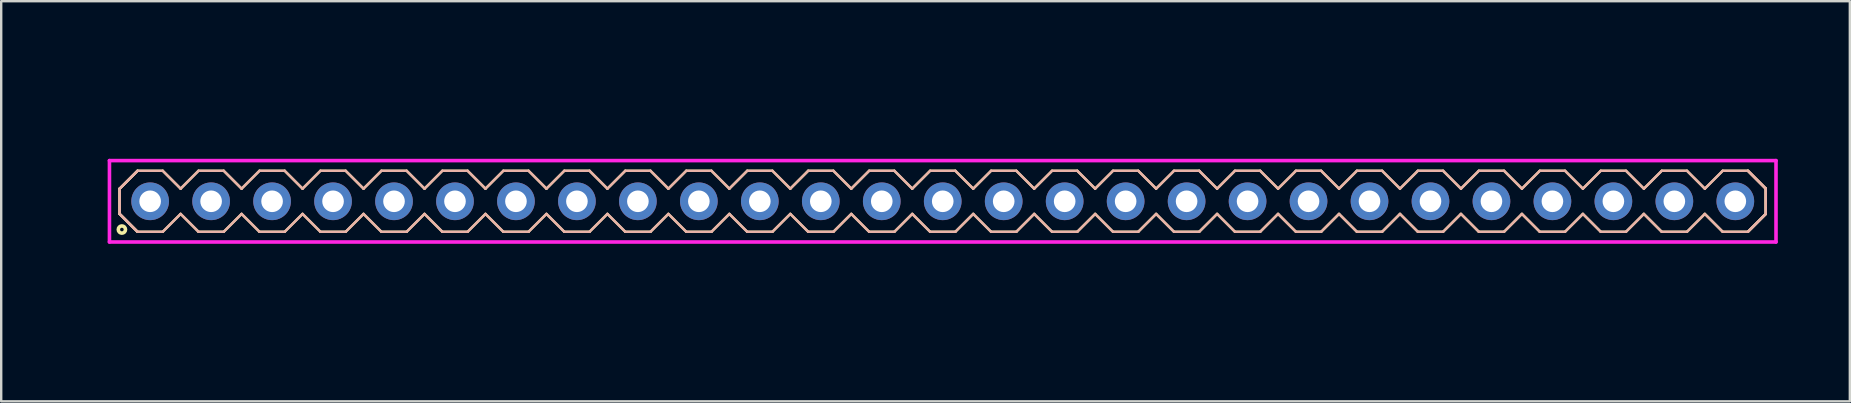
<source format=kicad_pcb>
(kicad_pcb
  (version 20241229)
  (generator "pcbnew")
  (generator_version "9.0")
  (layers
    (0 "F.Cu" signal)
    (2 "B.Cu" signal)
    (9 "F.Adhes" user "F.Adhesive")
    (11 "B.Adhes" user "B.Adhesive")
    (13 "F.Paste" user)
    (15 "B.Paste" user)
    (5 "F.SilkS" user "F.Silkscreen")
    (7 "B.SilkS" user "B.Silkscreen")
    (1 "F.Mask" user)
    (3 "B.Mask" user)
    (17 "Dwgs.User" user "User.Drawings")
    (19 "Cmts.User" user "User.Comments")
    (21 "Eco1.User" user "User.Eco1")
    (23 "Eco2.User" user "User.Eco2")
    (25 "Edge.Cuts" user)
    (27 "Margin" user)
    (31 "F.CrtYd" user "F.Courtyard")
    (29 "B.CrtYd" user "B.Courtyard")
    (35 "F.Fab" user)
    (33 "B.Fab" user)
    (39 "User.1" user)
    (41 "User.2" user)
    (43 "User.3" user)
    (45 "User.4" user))
  (footprint "HDR254P27x1"
    (layer "F.Cu")
    (at 36.225 5.336)
    (property "Reference" "HDR254P27x1" (at -35.465 0 90) (layer "User.1") (effects (font (size 1 1) (thickness 0.1))))
    (attr through_hole)
    (fp_line (start -34.29 -0.526) (end -33.546 -1.27) (stroke (width 0.1) (type solid)) (layer "F.SilkS"))
    (fp_line (start -34.29 -0.526) (end -33.546 -1.27) (stroke (width 0.1) (type solid)) (layer "F.SilkS"))
    (fp_line (start -34.29 0.526) (end -34.29 -0.526) (stroke (width 0.1) (type solid)) (layer "F.SilkS"))
    (fp_line (start -34.29 0.526) (end -34.29 -0.526) (stroke (width 0.1) (type solid)) (layer "F.SilkS"))
    (fp_line (start -33.546 -1.27) (end -32.494 -1.27) (stroke (width 0.1) (type solid)) (layer "F.SilkS"))
    (fp_line (start -33.546 1.27) (end -34.29 0.526) (stroke (width 0.1) (type solid)) (layer "F.SilkS"))
    (fp_line (start -33.546 1.27) (end -34.29 0.526) (stroke (width 0.1) (type solid)) (layer "F.SilkS"))
    (fp_line (start -32.494 -1.27) (end -31.75 -0.526) (stroke (width 0.1) (type solid)) (layer "F.SilkS"))
    (fp_line (start -32.494 1.27) (end -33.546 1.27) (stroke (width 0.1) (type solid)) (layer "F.SilkS"))
    (fp_line (start -31.75 -0.526) (end -31.006 -1.27) (stroke (width 0.1) (type solid)) (layer "F.SilkS"))
    (fp_line (start -31.75 0.526) (end -32.494 1.27) (stroke (width 0.1) (type solid)) (layer "F.SilkS"))
    (fp_line (start -31.006 -1.27) (end -29.954 -1.27) (stroke (width 0.1) (type solid)) (layer "F.SilkS"))
    (fp_line (start -31.006 1.27) (end -31.75 0.526) (stroke (width 0.1) (type solid)) (layer "F.SilkS"))
    (fp_line (start -29.954 -1.27) (end -29.21 -0.526) (stroke (width 0.1) (type solid)) (layer "F.SilkS"))
    (fp_line (start -29.954 1.27) (end -31.006 1.27) (stroke (width 0.1) (type solid)) (layer "F.SilkS"))
    (fp_line (start -29.21 -0.526) (end -28.466 -1.27) (stroke (width 0.1) (type solid)) (layer "F.SilkS"))
    (fp_line (start -29.21 0.526) (end -29.954 1.27) (stroke (width 0.1) (type solid)) (layer "F.SilkS"))
    (fp_line (start -28.466 -1.27) (end -27.414 -1.27) (stroke (width 0.1) (type solid)) (layer "F.SilkS"))
    (fp_line (start -28.466 1.27) (end -29.21 0.526) (stroke (width 0.1) (type solid)) (layer "F.SilkS"))
    (fp_line (start -27.414 -1.27) (end -26.67 -0.526) (stroke (width 0.1) (type solid)) (layer "F.SilkS"))
    (fp_line (start -27.414 1.27) (end -28.466 1.27) (stroke (width 0.1) (type solid)) (layer "F.SilkS"))
    (fp_line (start -26.67 -0.526) (end -25.926 -1.27) (stroke (width 0.1) (type solid)) (layer "F.SilkS"))
    (fp_line (start -26.67 0.526) (end -27.414 1.27) (stroke (width 0.1) (type solid)) (layer "F.SilkS"))
    (fp_line (start -25.926 -1.27) (end -24.874 -1.27) (stroke (width 0.1) (type solid)) (layer "F.SilkS"))
    (fp_line (start -25.926 1.27) (end -26.67 0.526) (stroke (width 0.1) (type solid)) (layer "F.SilkS"))
    (fp_line (start -24.874 -1.27) (end -24.13 -0.526) (stroke (width 0.1) (type solid)) (layer "F.SilkS"))
    (fp_line (start -24.874 1.27) (end -25.926 1.27) (stroke (width 0.1) (type solid)) (layer "F.SilkS"))
    (fp_line (start -24.13 -0.526) (end -23.386 -1.27) (stroke (width 0.1) (type solid)) (layer "F.SilkS"))
    (fp_line (start -24.13 0.526) (end -24.874 1.27) (stroke (width 0.1) (type solid)) (layer "F.SilkS"))
    (fp_line (start -23.386 -1.27) (end -22.334 -1.27) (stroke (width 0.1) (type solid)) (layer "F.SilkS"))
    (fp_line (start -23.386 1.27) (end -24.13 0.526) (stroke (width 0.1) (type solid)) (layer "F.SilkS"))
    (fp_line (start -22.334 -1.27) (end -21.59 -0.526) (stroke (width 0.1) (type solid)) (layer "F.SilkS"))
    (fp_line (start -22.334 1.27) (end -23.386 1.27) (stroke (width 0.1) (type solid)) (layer "F.SilkS"))
    (fp_line (start -21.59 -0.526) (end -20.846 -1.27) (stroke (width 0.1) (type solid)) (layer "F.SilkS"))
    (fp_line (start -21.59 0.526) (end -22.334 1.27) (stroke (width 0.1) (type solid)) (layer "F.SilkS"))
    (fp_line (start -20.846 -1.27) (end -19.794 -1.27) (stroke (width 0.1) (type solid)) (layer "F.SilkS"))
    (fp_line (start -20.846 1.27) (end -21.59 0.526) (stroke (width 0.1) (type solid)) (layer "F.SilkS"))
    (fp_line (start -19.794 -1.27) (end -19.05 -0.526) (stroke (width 0.1) (type solid)) (layer "F.SilkS"))
    (fp_line (start -19.794 1.27) (end -20.846 1.27) (stroke (width 0.1) (type solid)) (layer "F.SilkS"))
    (fp_line (start -19.05 -0.526) (end -18.306 -1.27) (stroke (width 0.1) (type solid)) (layer "F.SilkS"))
    (fp_line (start -19.05 0.526) (end -19.794 1.27) (stroke (width 0.1) (type solid)) (layer "F.SilkS"))
    (fp_line (start -18.306 -1.27) (end -17.254 -1.27) (stroke (width 0.1) (type solid)) (layer "F.SilkS"))
    (fp_line (start -18.306 1.27) (end -19.05 0.526) (stroke (width 0.1) (type solid)) (layer "F.SilkS"))
    (fp_line (start -17.254 -1.27) (end -16.51 -0.526) (stroke (width 0.1) (type solid)) (layer "F.SilkS"))
    (fp_line (start -17.254 1.27) (end -18.306 1.27) (stroke (width 0.1) (type solid)) (layer "F.SilkS"))
    (fp_line (start -16.51 -0.526) (end -15.766 -1.27) (stroke (width 0.1) (type solid)) (layer "F.SilkS"))
    (fp_line (start -16.51 0.526) (end -17.254 1.27) (stroke (width 0.1) (type solid)) (layer "F.SilkS"))
    (fp_line (start -15.766 -1.27) (end -14.714 -1.27) (stroke (width 0.1) (type solid)) (layer "F.SilkS"))
    (fp_line (start -15.766 1.27) (end -16.51 0.526) (stroke (width 0.1) (type solid)) (layer "F.SilkS"))
    (fp_line (start -14.714 -1.27) (end -13.97 -0.526) (stroke (width 0.1) (type solid)) (layer "F.SilkS"))
    (fp_line (start -14.714 1.27) (end -15.766 1.27) (stroke (width 0.1) (type solid)) (layer "F.SilkS"))
    (fp_line (start -13.97 -0.526) (end -13.226 -1.27) (stroke (width 0.1) (type solid)) (layer "F.SilkS"))
    (fp_line (start -13.97 0.526) (end -14.714 1.27) (stroke (width 0.1) (type solid)) (layer "F.SilkS"))
    (fp_line (start -13.226 -1.27) (end -12.174 -1.27) (stroke (width 0.1) (type solid)) (layer "F.SilkS"))
    (fp_line (start -13.226 1.27) (end -13.97 0.526) (stroke (width 0.1) (type solid)) (layer "F.SilkS"))
    (fp_line (start -12.174 -1.27) (end -11.43 -0.526) (stroke (width 0.1) (type solid)) (layer "F.SilkS"))
    (fp_line (start -12.174 1.27) (end -13.226 1.27) (stroke (width 0.1) (type solid)) (layer "F.SilkS"))
    (fp_line (start -11.43 -0.526) (end -10.686 -1.27) (stroke (width 0.1) (type solid)) (layer "F.SilkS"))
    (fp_line (start -11.43 0.526) (end -12.174 1.27) (stroke (width 0.1) (type solid)) (layer "F.SilkS"))
    (fp_line (start -10.686 -1.27) (end -9.634 -1.27) (stroke (width 0.1) (type solid)) (layer "F.SilkS"))
    (fp_line (start -10.686 1.27) (end -11.43 0.526) (stroke (width 0.1) (type solid)) (layer "F.SilkS"))
    (fp_line (start -9.634 -1.27) (end -8.89 -0.526) (stroke (width 0.1) (type solid)) (layer "F.SilkS"))
    (fp_line (start -9.634 1.27) (end -10.686 1.27) (stroke (width 0.1) (type solid)) (layer "F.SilkS"))
    (fp_line (start -8.89 -0.526) (end -8.146 -1.27) (stroke (width 0.1) (type solid)) (layer "F.SilkS"))
    (fp_line (start -8.89 0.526) (end -9.634 1.27) (stroke (width 0.1) (type solid)) (layer "F.SilkS"))
    (fp_line (start -8.146 -1.27) (end -7.094 -1.27) (stroke (width 0.1) (type solid)) (layer "F.SilkS"))
    (fp_line (start -8.146 1.27) (end -8.89 0.526) (stroke (width 0.1) (type solid)) (layer "F.SilkS"))
    (fp_line (start -7.094 -1.27) (end -6.35 -0.526) (stroke (width 0.1) (type solid)) (layer "F.SilkS"))
    (fp_line (start -7.094 1.27) (end -8.146 1.27) (stroke (width 0.1) (type solid)) (layer "F.SilkS"))
    (fp_line (start -6.35 -0.526) (end -5.606 -1.27) (stroke (width 0.1) (type solid)) (layer "F.SilkS"))
    (fp_line (start -6.35 0.526) (end -7.094 1.27) (stroke (width 0.1) (type solid)) (layer "F.SilkS"))
    (fp_line (start -5.606 -1.27) (end -4.554 -1.27) (stroke (width 0.1) (type solid)) (layer "F.SilkS"))
    (fp_line (start -5.606 1.27) (end -6.35 0.526) (stroke (width 0.1) (type solid)) (layer "F.SilkS"))
    (fp_line (start -4.554 -1.27) (end -3.81 -0.526) (stroke (width 0.1) (type solid)) (layer "F.SilkS"))
    (fp_line (start -4.554 1.27) (end -5.606 1.27) (stroke (width 0.1) (type solid)) (layer "F.SilkS"))
    (fp_line (start -3.81 -0.526) (end -3.066 -1.27) (stroke (width 0.1) (type solid)) (layer "F.SilkS"))
    (fp_line (start -3.81 0.526) (end -4.554 1.27) (stroke (width 0.1) (type solid)) (layer "F.SilkS"))
    (fp_line (start -3.066 -1.27) (end -2.014 -1.27) (stroke (width 0.1) (type solid)) (layer "F.SilkS"))
    (fp_line (start -3.066 1.27) (end -3.81 0.526) (stroke (width 0.1) (type solid)) (layer "F.SilkS"))
    (fp_line (start -2.014 -1.27) (end -1.27 -0.526) (stroke (width 0.1) (type solid)) (layer "F.SilkS"))
    (fp_line (start -2.014 1.27) (end -3.066 1.27) (stroke (width 0.1) (type solid)) (layer "F.SilkS"))
    (fp_line (start -1.27 -0.526) (end -0.526 -1.27) (stroke (width 0.1) (type solid)) (layer "F.SilkS"))
    (fp_line (start -1.27 0.526) (end -2.014 1.27) (stroke (width 0.1) (type solid)) (layer "F.SilkS"))
    (fp_line (start -0.526 -1.27) (end 0.526 -1.27) (stroke (width 0.1) (type solid)) (layer "F.SilkS"))
    (fp_line (start -0.526 1.27) (end -1.27 0.526) (stroke (width 0.1) (type solid)) (layer "F.SilkS"))
    (fp_line (start 0.526 -1.27) (end 1.27 -0.526) (stroke (width 0.1) (type solid)) (layer "F.SilkS"))
    (fp_line (start 0.526 1.27) (end -0.526 1.27) (stroke (width 0.1) (type solid)) (layer "F.SilkS"))
    (fp_line (start 1.27 -0.526) (end 2.014 -1.27) (stroke (width 0.1) (type solid)) (layer "F.SilkS"))
    (fp_line (start 1.27 0.526) (end 0.526 1.27) (stroke (width 0.1) (type solid)) (layer "F.SilkS"))
    (fp_line (start 2.014 -1.27) (end 3.066 -1.27) (stroke (width 0.1) (type solid)) (layer "F.SilkS"))
    (fp_line (start 2.014 1.27) (end 1.27 0.526) (stroke (width 0.1) (type solid)) (layer "F.SilkS"))
    (fp_line (start 3.066 -1.27) (end 3.81 -0.526) (stroke (width 0.1) (type solid)) (layer "F.SilkS"))
    (fp_line (start 3.066 1.27) (end 2.014 1.27) (stroke (width 0.1) (type solid)) (layer "F.SilkS"))
    (fp_line (start 3.81 -0.526) (end 4.554 -1.27) (stroke (width 0.1) (type solid)) (layer "F.SilkS"))
    (fp_line (start 3.81 0.526) (end 3.066 1.27) (stroke (width 0.1) (type solid)) (layer "F.SilkS"))
    (fp_line (start 4.554 -1.27) (end 5.606 -1.27) (stroke (width 0.1) (type solid)) (layer "F.SilkS"))
    (fp_line (start 4.554 1.27) (end 3.81 0.526) (stroke (width 0.1) (type solid)) (layer "F.SilkS"))
    (fp_line (start 5.606 -1.27) (end 6.35 -0.526) (stroke (width 0.1) (type solid)) (layer "F.SilkS"))
    (fp_line (start 5.606 1.27) (end 4.554 1.27) (stroke (width 0.1) (type solid)) (layer "F.SilkS"))
    (fp_line (start 6.35 -0.526) (end 7.094 -1.27) (stroke (width 0.1) (type solid)) (layer "F.SilkS"))
    (fp_line (start 6.35 0.526) (end 5.606 1.27) (stroke (width 0.1) (type solid)) (layer "F.SilkS"))
    (fp_line (start 7.094 -1.27) (end 8.146 -1.27) (stroke (width 0.1) (type solid)) (layer "F.SilkS"))
    (fp_line (start 7.094 1.27) (end 6.35 0.526) (stroke (width 0.1) (type solid)) (layer "F.SilkS"))
    (fp_line (start 8.146 -1.27) (end 8.89 -0.526) (stroke (width 0.1) (type solid)) (layer "F.SilkS"))
    (fp_line (start 8.146 1.27) (end 7.094 1.27) (stroke (width 0.1) (type solid)) (layer "F.SilkS"))
    (fp_line (start 8.89 -0.526) (end 9.634 -1.27) (stroke (width 0.1) (type solid)) (layer "F.SilkS"))
    (fp_line (start 8.89 0.526) (end 8.146 1.27) (stroke (width 0.1) (type solid)) (layer "F.SilkS"))
    (fp_line (start 9.634 -1.27) (end 10.686 -1.27) (stroke (width 0.1) (type solid)) (layer "F.SilkS"))
    (fp_line (start 9.634 1.27) (end 8.89 0.526) (stroke (width 0.1) (type solid)) (layer "F.SilkS"))
    (fp_line (start 10.686 -1.27) (end 11.43 -0.526) (stroke (width 0.1) (type solid)) (layer "F.SilkS"))
    (fp_line (start 10.686 1.27) (end 9.634 1.27) (stroke (width 0.1) (type solid)) (layer "F.SilkS"))
    (fp_line (start 11.43 -0.526) (end 12.174 -1.27) (stroke (width 0.1) (type solid)) (layer "F.SilkS"))
    (fp_line (start 11.43 0.526) (end 10.686 1.27) (stroke (width 0.1) (type solid)) (layer "F.SilkS"))
    (fp_line (start 12.174 -1.27) (end 13.226 -1.27) (stroke (width 0.1) (type solid)) (layer "F.SilkS"))
    (fp_line (start 12.174 1.27) (end 11.43 0.526) (stroke (width 0.1) (type solid)) (layer "F.SilkS"))
    (fp_line (start 13.226 -1.27) (end 13.97 -0.526) (stroke (width 0.1) (type solid)) (layer "F.SilkS"))
    (fp_line (start 13.226 1.27) (end 12.174 1.27) (stroke (width 0.1) (type solid)) (layer "F.SilkS"))
    (fp_line (start 13.97 -0.526) (end 14.714 -1.27) (stroke (width 0.1) (type solid)) (layer "F.SilkS"))
    (fp_line (start 13.97 0.526) (end 13.226 1.27) (stroke (width 0.1) (type solid)) (layer "F.SilkS"))
    (fp_line (start 14.714 -1.27) (end 15.766 -1.27) (stroke (width 0.1) (type solid)) (layer "F.SilkS"))
    (fp_line (start 14.714 1.27) (end 13.97 0.526) (stroke (width 0.1) (type solid)) (layer "F.SilkS"))
    (fp_line (start 15.766 -1.27) (end 16.51 -0.526) (stroke (width 0.1) (type solid)) (layer "F.SilkS"))
    (fp_line (start 15.766 1.27) (end 14.714 1.27) (stroke (width 0.1) (type solid)) (layer "F.SilkS"))
    (fp_line (start 16.51 -0.526) (end 17.254 -1.27) (stroke (width 0.1) (type solid)) (layer "F.SilkS"))
    (fp_line (start 16.51 0.526) (end 15.766 1.27) (stroke (width 0.1) (type solid)) (layer "F.SilkS"))
    (fp_line (start 17.254 -1.27) (end 18.306 -1.27) (stroke (width 0.1) (type solid)) (layer "F.SilkS"))
    (fp_line (start 17.254 1.27) (end 16.51 0.526) (stroke (width 0.1) (type solid)) (layer "F.SilkS"))
    (fp_line (start 18.306 -1.27) (end 19.05 -0.526) (stroke (width 0.1) (type solid)) (layer "F.SilkS"))
    (fp_line (start 18.306 1.27) (end 17.254 1.27) (stroke (width 0.1) (type solid)) (layer "F.SilkS"))
    (fp_line (start 19.05 -0.526) (end 19.794 -1.27) (stroke (width 0.1) (type solid)) (layer "F.SilkS"))
    (fp_line (start 19.05 0.526) (end 18.306 1.27) (stroke (width 0.1) (type solid)) (layer "F.SilkS"))
    (fp_line (start 19.794 -1.27) (end 20.846 -1.27) (stroke (width 0.1) (type solid)) (layer "F.SilkS"))
    (fp_line (start 19.794 1.27) (end 19.05 0.526) (stroke (width 0.1) (type solid)) (layer "F.SilkS"))
    (fp_line (start 20.846 -1.27) (end 21.59 -0.526) (stroke (width 0.1) (type solid)) (layer "F.SilkS"))
    (fp_line (start 20.846 1.27) (end 19.794 1.27) (stroke (width 0.1) (type solid)) (layer "F.SilkS"))
    (fp_line (start 21.59 -0.526) (end 22.334 -1.27) (stroke (width 0.1) (type solid)) (layer "F.SilkS"))
    (fp_line (start 21.59 0.526) (end 20.846 1.27) (stroke (width 0.1) (type solid)) (layer "F.SilkS"))
    (fp_line (start 22.334 -1.27) (end 23.386 -1.27) (stroke (width 0.1) (type solid)) (layer "F.SilkS"))
    (fp_line (start 22.334 1.27) (end 21.59 0.526) (stroke (width 0.1) (type solid)) (layer "F.SilkS"))
    (fp_line (start 23.386 -1.27) (end 24.13 -0.526) (stroke (width 0.1) (type solid)) (layer "F.SilkS"))
    (fp_line (start 23.386 1.27) (end 22.334 1.27) (stroke (width 0.1) (type solid)) (layer "F.SilkS"))
    (fp_line (start 24.13 -0.526) (end 24.874 -1.27) (stroke (width 0.1) (type solid)) (layer "F.SilkS"))
    (fp_line (start 24.13 0.526) (end 23.386 1.27) (stroke (width 0.1) (type solid)) (layer "F.SilkS"))
    (fp_line (start 24.874 -1.27) (end 25.926 -1.27) (stroke (width 0.1) (type solid)) (layer "F.SilkS"))
    (fp_line (start 24.874 1.27) (end 24.13 0.526) (stroke (width 0.1) (type solid)) (layer "F.SilkS"))
    (fp_line (start 25.926 -1.27) (end 26.67 -0.526) (stroke (width 0.1) (type solid)) (layer "F.SilkS"))
    (fp_line (start 25.926 1.27) (end 24.874 1.27) (stroke (width 0.1) (type solid)) (layer "F.SilkS"))
    (fp_line (start 26.67 -0.526) (end 27.414 -1.27) (stroke (width 0.1) (type solid)) (layer "F.SilkS"))
    (fp_line (start 26.67 0.526) (end 25.926 1.27) (stroke (width 0.1) (type solid)) (layer "F.SilkS"))
    (fp_line (start 27.414 -1.27) (end 28.466 -1.27) (stroke (width 0.1) (type solid)) (layer "F.SilkS"))
    (fp_line (start 27.414 1.27) (end 26.67 0.526) (stroke (width 0.1) (type solid)) (layer "F.SilkS"))
    (fp_line (start 28.466 -1.27) (end 29.21 -0.526) (stroke (width 0.1) (type solid)) (layer "F.SilkS"))
    (fp_line (start 28.466 1.27) (end 27.414 1.27) (stroke (width 0.1) (type solid)) (layer "F.SilkS"))
    (fp_line (start 29.21 -0.526) (end 29.954 -1.27) (stroke (width 0.1) (type solid)) (layer "F.SilkS"))
    (fp_line (start 29.21 0.526) (end 28.466 1.27) (stroke (width 0.1) (type solid)) (layer "F.SilkS"))
    (fp_line (start 29.954 -1.27) (end 31.006 -1.27) (stroke (width 0.1) (type solid)) (layer "F.SilkS"))
    (fp_line (start 29.954 1.27) (end 29.21 0.526) (stroke (width 0.1) (type solid)) (layer "F.SilkS"))
    (fp_line (start 31.006 -1.27) (end 31.75 -0.526) (stroke (width 0.1) (type solid)) (layer "F.SilkS"))
    (fp_line (start 31.006 1.27) (end 29.954 1.27) (stroke (width 0.1) (type solid)) (layer "F.SilkS"))
    (fp_line (start 31.75 -0.526) (end 32.494 -1.27) (stroke (width 0.1) (type solid)) (layer "F.SilkS"))
    (fp_line (start 31.75 0.526) (end 31.006 1.27) (stroke (width 0.1) (type solid)) (layer "F.SilkS"))
    (fp_line (start 32.494 -1.27) (end 33.546 -1.27) (stroke (width 0.1) (type solid)) (layer "F.SilkS"))
    (fp_line (start 32.494 1.27) (end 31.75 0.526) (stroke (width 0.1) (type solid)) (layer "F.SilkS"))
    (fp_line (start 33.546 -1.27) (end 34.29 -0.526) (stroke (width 0.1) (type solid)) (layer "F.SilkS"))
    (fp_line (start 33.546 -1.27) (end 34.29 -0.526) (stroke (width 0.1) (type solid)) (layer "F.SilkS"))
    (fp_line (start 33.546 1.27) (end 32.494 1.27) (stroke (width 0.1) (type solid)) (layer "F.SilkS"))
    (fp_line (start 34.29 -0.526) (end 34.29 0.526) (stroke (width 0.1) (type solid)) (layer "F.SilkS"))
    (fp_line (start 34.29 -0.526) (end 34.29 0.526) (stroke (width 0.1) (type solid)) (layer "F.SilkS"))
    (fp_line (start 34.29 0.526) (end 33.546 1.27) (stroke (width 0.1) (type solid)) (layer "F.SilkS"))
    (fp_line (start 34.29 0.526) (end 33.546 1.27) (stroke (width 0.1) (type solid)) (layer "F.SilkS"))
    (fp_circle (center -34.197 1.177) (end -34.047 1.177) (stroke (width 0.15) (type solid)) (fill no) (layer "F.SilkS"))
    (fp_line (start -34.29 -0.526) (end -33.546 -1.27) (stroke (width 0.1) (type solid)) (layer "B.SilkS"))
    (fp_line (start -34.29 -0.526) (end -33.546 -1.27) (stroke (width 0.1) (type solid)) (layer "B.SilkS"))
    (fp_line (start -34.29 0.526) (end -34.29 -0.526) (stroke (width 0.1) (type solid)) (layer "B.SilkS"))
    (fp_line (start -34.29 0.526) (end -34.29 -0.526) (stroke (width 0.1) (type solid)) (layer "B.SilkS"))
    (fp_line (start -33.546 -1.27) (end -32.494 -1.27) (stroke (width 0.1) (type solid)) (layer "B.SilkS"))
    (fp_line (start -33.546 1.27) (end -34.29 0.526) (stroke (width 0.1) (type solid)) (layer "B.SilkS"))
    (fp_line (start -33.546 1.27) (end -34.29 0.526) (stroke (width 0.1) (type solid)) (layer "B.SilkS"))
    (fp_line (start -32.494 -1.27) (end -31.75 -0.526) (stroke (width 0.1) (type solid)) (layer "B.SilkS"))
    (fp_line (start -32.494 1.27) (end -33.546 1.27) (stroke (width 0.1) (type solid)) (layer "B.SilkS"))
    (fp_line (start -31.75 -0.526) (end -31.006 -1.27) (stroke (width 0.1) (type solid)) (layer "B.SilkS"))
    (fp_line (start -31.75 0.526) (end -32.494 1.27) (stroke (width 0.1) (type solid)) (layer "B.SilkS"))
    (fp_line (start -31.006 -1.27) (end -29.954 -1.27) (stroke (width 0.1) (type solid)) (layer "B.SilkS"))
    (fp_line (start -31.006 1.27) (end -31.75 0.526) (stroke (width 0.1) (type solid)) (layer "B.SilkS"))
    (fp_line (start -29.954 -1.27) (end -29.21 -0.526) (stroke (width 0.1) (type solid)) (layer "B.SilkS"))
    (fp_line (start -29.954 1.27) (end -31.006 1.27) (stroke (width 0.1) (type solid)) (layer "B.SilkS"))
    (fp_line (start -29.21 -0.526) (end -28.466 -1.27) (stroke (width 0.1) (type solid)) (layer "B.SilkS"))
    (fp_line (start -29.21 0.526) (end -29.954 1.27) (stroke (width 0.1) (type solid)) (layer "B.SilkS"))
    (fp_line (start -28.466 -1.27) (end -27.414 -1.27) (stroke (width 0.1) (type solid)) (layer "B.SilkS"))
    (fp_line (start -28.466 1.27) (end -29.21 0.526) (stroke (width 0.1) (type solid)) (layer "B.SilkS"))
    (fp_line (start -27.414 -1.27) (end -26.67 -0.526) (stroke (width 0.1) (type solid)) (layer "B.SilkS"))
    (fp_line (start -27.414 1.27) (end -28.466 1.27) (stroke (width 0.1) (type solid)) (layer "B.SilkS"))
    (fp_line (start -26.67 -0.526) (end -25.926 -1.27) (stroke (width 0.1) (type solid)) (layer "B.SilkS"))
    (fp_line (start -26.67 0.526) (end -27.414 1.27) (stroke (width 0.1) (type solid)) (layer "B.SilkS"))
    (fp_line (start -25.926 -1.27) (end -24.874 -1.27) (stroke (width 0.1) (type solid)) (layer "B.SilkS"))
    (fp_line (start -25.926 1.27) (end -26.67 0.526) (stroke (width 0.1) (type solid)) (layer "B.SilkS"))
    (fp_line (start -24.874 -1.27) (end -24.13 -0.526) (stroke (width 0.1) (type solid)) (layer "B.SilkS"))
    (fp_line (start -24.874 1.27) (end -25.926 1.27) (stroke (width 0.1) (type solid)) (layer "B.SilkS"))
    (fp_line (start -24.13 -0.526) (end -23.386 -1.27) (stroke (width 0.1) (type solid)) (layer "B.SilkS"))
    (fp_line (start -24.13 0.526) (end -24.874 1.27) (stroke (width 0.1) (type solid)) (layer "B.SilkS"))
    (fp_line (start -23.386 -1.27) (end -22.334 -1.27) (stroke (width 0.1) (type solid)) (layer "B.SilkS"))
    (fp_line (start -23.386 1.27) (end -24.13 0.526) (stroke (width 0.1) (type solid)) (layer "B.SilkS"))
    (fp_line (start -22.334 -1.27) (end -21.59 -0.526) (stroke (width 0.1) (type solid)) (layer "B.SilkS"))
    (fp_line (start -22.334 1.27) (end -23.386 1.27) (stroke (width 0.1) (type solid)) (layer "B.SilkS"))
    (fp_line (start -21.59 -0.526) (end -20.846 -1.27) (stroke (width 0.1) (type solid)) (layer "B.SilkS"))
    (fp_line (start -21.59 0.526) (end -22.334 1.27) (stroke (width 0.1) (type solid)) (layer "B.SilkS"))
    (fp_line (start -20.846 -1.27) (end -19.794 -1.27) (stroke (width 0.1) (type solid)) (layer "B.SilkS"))
    (fp_line (start -20.846 1.27) (end -21.59 0.526) (stroke (width 0.1) (type solid)) (layer "B.SilkS"))
    (fp_line (start -19.794 -1.27) (end -19.05 -0.526) (stroke (width 0.1) (type solid)) (layer "B.SilkS"))
    (fp_line (start -19.794 1.27) (end -20.846 1.27) (stroke (width 0.1) (type solid)) (layer "B.SilkS"))
    (fp_line (start -19.05 -0.526) (end -18.306 -1.27) (stroke (width 0.1) (type solid)) (layer "B.SilkS"))
    (fp_line (start -19.05 0.526) (end -19.794 1.27) (stroke (width 0.1) (type solid)) (layer "B.SilkS"))
    (fp_line (start -18.306 -1.27) (end -17.254 -1.27) (stroke (width 0.1) (type solid)) (layer "B.SilkS"))
    (fp_line (start -18.306 1.27) (end -19.05 0.526) (stroke (width 0.1) (type solid)) (layer "B.SilkS"))
    (fp_line (start -17.254 -1.27) (end -16.51 -0.526) (stroke (width 0.1) (type solid)) (layer "B.SilkS"))
    (fp_line (start -17.254 1.27) (end -18.306 1.27) (stroke (width 0.1) (type solid)) (layer "B.SilkS"))
    (fp_line (start -16.51 -0.526) (end -15.766 -1.27) (stroke (width 0.1) (type solid)) (layer "B.SilkS"))
    (fp_line (start -16.51 0.526) (end -17.254 1.27) (stroke (width 0.1) (type solid)) (layer "B.SilkS"))
    (fp_line (start -15.766 -1.27) (end -14.714 -1.27) (stroke (width 0.1) (type solid)) (layer "B.SilkS"))
    (fp_line (start -15.766 1.27) (end -16.51 0.526) (stroke (width 0.1) (type solid)) (layer "B.SilkS"))
    (fp_line (start -14.714 -1.27) (end -13.97 -0.526) (stroke (width 0.1) (type solid)) (layer "B.SilkS"))
    (fp_line (start -14.714 1.27) (end -15.766 1.27) (stroke (width 0.1) (type solid)) (layer "B.SilkS"))
    (fp_line (start -13.97 -0.526) (end -13.226 -1.27) (stroke (width 0.1) (type solid)) (layer "B.SilkS"))
    (fp_line (start -13.97 0.526) (end -14.714 1.27) (stroke (width 0.1) (type solid)) (layer "B.SilkS"))
    (fp_line (start -13.226 -1.27) (end -12.174 -1.27) (stroke (width 0.1) (type solid)) (layer "B.SilkS"))
    (fp_line (start -13.226 1.27) (end -13.97 0.526) (stroke (width 0.1) (type solid)) (layer "B.SilkS"))
    (fp_line (start -12.174 -1.27) (end -11.43 -0.526) (stroke (width 0.1) (type solid)) (layer "B.SilkS"))
    (fp_line (start -12.174 1.27) (end -13.226 1.27) (stroke (width 0.1) (type solid)) (layer "B.SilkS"))
    (fp_line (start -11.43 -0.526) (end -10.686 -1.27) (stroke (width 0.1) (type solid)) (layer "B.SilkS"))
    (fp_line (start -11.43 0.526) (end -12.174 1.27) (stroke (width 0.1) (type solid)) (layer "B.SilkS"))
    (fp_line (start -10.686 -1.27) (end -9.634 -1.27) (stroke (width 0.1) (type solid)) (layer "B.SilkS"))
    (fp_line (start -10.686 1.27) (end -11.43 0.526) (stroke (width 0.1) (type solid)) (layer "B.SilkS"))
    (fp_line (start -9.634 -1.27) (end -8.89 -0.526) (stroke (width 0.1) (type solid)) (layer "B.SilkS"))
    (fp_line (start -9.634 1.27) (end -10.686 1.27) (stroke (width 0.1) (type solid)) (layer "B.SilkS"))
    (fp_line (start -8.89 -0.526) (end -8.146 -1.27) (stroke (width 0.1) (type solid)) (layer "B.SilkS"))
    (fp_line (start -8.89 0.526) (end -9.634 1.27) (stroke (width 0.1) (type solid)) (layer "B.SilkS"))
    (fp_line (start -8.146 -1.27) (end -7.094 -1.27) (stroke (width 0.1) (type solid)) (layer "B.SilkS"))
    (fp_line (start -8.146 1.27) (end -8.89 0.526) (stroke (width 0.1) (type solid)) (layer "B.SilkS"))
    (fp_line (start -7.094 -1.27) (end -6.35 -0.526) (stroke (width 0.1) (type solid)) (layer "B.SilkS"))
    (fp_line (start -7.094 1.27) (end -8.146 1.27) (stroke (width 0.1) (type solid)) (layer "B.SilkS"))
    (fp_line (start -6.35 -0.526) (end -5.606 -1.27) (stroke (width 0.1) (type solid)) (layer "B.SilkS"))
    (fp_line (start -6.35 0.526) (end -7.094 1.27) (stroke (width 0.1) (type solid)) (layer "B.SilkS"))
    (fp_line (start -5.606 -1.27) (end -4.554 -1.27) (stroke (width 0.1) (type solid)) (layer "B.SilkS"))
    (fp_line (start -5.606 1.27) (end -6.35 0.526) (stroke (width 0.1) (type solid)) (layer "B.SilkS"))
    (fp_line (start -4.554 -1.27) (end -3.81 -0.526) (stroke (width 0.1) (type solid)) (layer "B.SilkS"))
    (fp_line (start -4.554 1.27) (end -5.606 1.27) (stroke (width 0.1) (type solid)) (layer "B.SilkS"))
    (fp_line (start -3.81 -0.526) (end -3.066 -1.27) (stroke (width 0.1) (type solid)) (layer "B.SilkS"))
    (fp_line (start -3.81 0.526) (end -4.554 1.27) (stroke (width 0.1) (type solid)) (layer "B.SilkS"))
    (fp_line (start -3.066 -1.27) (end -2.014 -1.27) (stroke (width 0.1) (type solid)) (layer "B.SilkS"))
    (fp_line (start -3.066 1.27) (end -3.81 0.526) (stroke (width 0.1) (type solid)) (layer "B.SilkS"))
    (fp_line (start -2.014 -1.27) (end -1.27 -0.526) (stroke (width 0.1) (type solid)) (layer "B.SilkS"))
    (fp_line (start -2.014 1.27) (end -3.066 1.27) (stroke (width 0.1) (type solid)) (layer "B.SilkS"))
    (fp_line (start -1.27 -0.526) (end -0.526 -1.27) (stroke (width 0.1) (type solid)) (layer "B.SilkS"))
    (fp_line (start -1.27 0.526) (end -2.014 1.27) (stroke (width 0.1) (type solid)) (layer "B.SilkS"))
    (fp_line (start -0.526 -1.27) (end 0.526 -1.27) (stroke (width 0.1) (type solid)) (layer "B.SilkS"))
    (fp_line (start -0.526 1.27) (end -1.27 0.526) (stroke (width 0.1) (type solid)) (layer "B.SilkS"))
    (fp_line (start 0.526 -1.27) (end 1.27 -0.526) (stroke (width 0.1) (type solid)) (layer "B.SilkS"))
    (fp_line (start 0.526 1.27) (end -0.526 1.27) (stroke (width 0.1) (type solid)) (layer "B.SilkS"))
    (fp_line (start 1.27 -0.526) (end 2.014 -1.27) (stroke (width 0.1) (type solid)) (layer "B.SilkS"))
    (fp_line (start 1.27 0.526) (end 0.526 1.27) (stroke (width 0.1) (type solid)) (layer "B.SilkS"))
    (fp_line (start 2.014 -1.27) (end 3.066 -1.27) (stroke (width 0.1) (type solid)) (layer "B.SilkS"))
    (fp_line (start 2.014 1.27) (end 1.27 0.526) (stroke (width 0.1) (type solid)) (layer "B.SilkS"))
    (fp_line (start 3.066 -1.27) (end 3.81 -0.526) (stroke (width 0.1) (type solid)) (layer "B.SilkS"))
    (fp_line (start 3.066 1.27) (end 2.014 1.27) (stroke (width 0.1) (type solid)) (layer "B.SilkS"))
    (fp_line (start 3.81 -0.526) (end 4.554 -1.27) (stroke (width 0.1) (type solid)) (layer "B.SilkS"))
    (fp_line (start 3.81 0.526) (end 3.066 1.27) (stroke (width 0.1) (type solid)) (layer "B.SilkS"))
    (fp_line (start 4.554 -1.27) (end 5.606 -1.27) (stroke (width 0.1) (type solid)) (layer "B.SilkS"))
    (fp_line (start 4.554 1.27) (end 3.81 0.526) (stroke (width 0.1) (type solid)) (layer "B.SilkS"))
    (fp_line (start 5.606 -1.27) (end 6.35 -0.526) (stroke (width 0.1) (type solid)) (layer "B.SilkS"))
    (fp_line (start 5.606 1.27) (end 4.554 1.27) (stroke (width 0.1) (type solid)) (layer "B.SilkS"))
    (fp_line (start 6.35 -0.526) (end 7.094 -1.27) (stroke (width 0.1) (type solid)) (layer "B.SilkS"))
    (fp_line (start 6.35 0.526) (end 5.606 1.27) (stroke (width 0.1) (type solid)) (layer "B.SilkS"))
    (fp_line (start 7.094 -1.27) (end 8.146 -1.27) (stroke (width 0.1) (type solid)) (layer "B.SilkS"))
    (fp_line (start 7.094 1.27) (end 6.35 0.526) (stroke (width 0.1) (type solid)) (layer "B.SilkS"))
    (fp_line (start 8.146 -1.27) (end 8.89 -0.526) (stroke (width 0.1) (type solid)) (layer "B.SilkS"))
    (fp_line (start 8.146 1.27) (end 7.094 1.27) (stroke (width 0.1) (type solid)) (layer "B.SilkS"))
    (fp_line (start 8.89 -0.526) (end 9.634 -1.27) (stroke (width 0.1) (type solid)) (layer "B.SilkS"))
    (fp_line (start 8.89 0.526) (end 8.146 1.27) (stroke (width 0.1) (type solid)) (layer "B.SilkS"))
    (fp_line (start 9.634 -1.27) (end 10.686 -1.27) (stroke (width 0.1) (type solid)) (layer "B.SilkS"))
    (fp_line (start 9.634 1.27) (end 8.89 0.526) (stroke (width 0.1) (type solid)) (layer "B.SilkS"))
    (fp_line (start 10.686 -1.27) (end 11.43 -0.526) (stroke (width 0.1) (type solid)) (layer "B.SilkS"))
    (fp_line (start 10.686 1.27) (end 9.634 1.27) (stroke (width 0.1) (type solid)) (layer "B.SilkS"))
    (fp_line (start 11.43 -0.526) (end 12.174 -1.27) (stroke (width 0.1) (type solid)) (layer "B.SilkS"))
    (fp_line (start 11.43 0.526) (end 10.686 1.27) (stroke (width 0.1) (type solid)) (layer "B.SilkS"))
    (fp_line (start 12.174 -1.27) (end 13.226 -1.27) (stroke (width 0.1) (type solid)) (layer "B.SilkS"))
    (fp_line (start 12.174 1.27) (end 11.43 0.526) (stroke (width 0.1) (type solid)) (layer "B.SilkS"))
    (fp_line (start 13.226 -1.27) (end 13.97 -0.526) (stroke (width 0.1) (type solid)) (layer "B.SilkS"))
    (fp_line (start 13.226 1.27) (end 12.174 1.27) (stroke (width 0.1) (type solid)) (layer "B.SilkS"))
    (fp_line (start 13.97 -0.526) (end 14.714 -1.27) (stroke (width 0.1) (type solid)) (layer "B.SilkS"))
    (fp_line (start 13.97 0.526) (end 13.226 1.27) (stroke (width 0.1) (type solid)) (layer "B.SilkS"))
    (fp_line (start 14.714 -1.27) (end 15.766 -1.27) (stroke (width 0.1) (type solid)) (layer "B.SilkS"))
    (fp_line (start 14.714 1.27) (end 13.97 0.526) (stroke (width 0.1) (type solid)) (layer "B.SilkS"))
    (fp_line (start 15.766 -1.27) (end 16.51 -0.526) (stroke (width 0.1) (type solid)) (layer "B.SilkS"))
    (fp_line (start 15.766 1.27) (end 14.714 1.27) (stroke (width 0.1) (type solid)) (layer "B.SilkS"))
    (fp_line (start 16.51 -0.526) (end 17.254 -1.27) (stroke (width 0.1) (type solid)) (layer "B.SilkS"))
    (fp_line (start 16.51 0.526) (end 15.766 1.27) (stroke (width 0.1) (type solid)) (layer "B.SilkS"))
    (fp_line (start 17.254 -1.27) (end 18.306 -1.27) (stroke (width 0.1) (type solid)) (layer "B.SilkS"))
    (fp_line (start 17.254 1.27) (end 16.51 0.526) (stroke (width 0.1) (type solid)) (layer "B.SilkS"))
    (fp_line (start 18.306 -1.27) (end 19.05 -0.526) (stroke (width 0.1) (type solid)) (layer "B.SilkS"))
    (fp_line (start 18.306 1.27) (end 17.254 1.27) (stroke (width 0.1) (type solid)) (layer "B.SilkS"))
    (fp_line (start 19.05 -0.526) (end 19.794 -1.27) (stroke (width 0.1) (type solid)) (layer "B.SilkS"))
    (fp_line (start 19.05 0.526) (end 18.306 1.27) (stroke (width 0.1) (type solid)) (layer "B.SilkS"))
    (fp_line (start 19.794 -1.27) (end 20.846 -1.27) (stroke (width 0.1) (type solid)) (layer "B.SilkS"))
    (fp_line (start 19.794 1.27) (end 19.05 0.526) (stroke (width 0.1) (type solid)) (layer "B.SilkS"))
    (fp_line (start 20.846 -1.27) (end 21.59 -0.526) (stroke (width 0.1) (type solid)) (layer "B.SilkS"))
    (fp_line (start 20.846 1.27) (end 19.794 1.27) (stroke (width 0.1) (type solid)) (layer "B.SilkS"))
    (fp_line (start 21.59 -0.526) (end 22.334 -1.27) (stroke (width 0.1) (type solid)) (layer "B.SilkS"))
    (fp_line (start 21.59 0.526) (end 20.846 1.27) (stroke (width 0.1) (type solid)) (layer "B.SilkS"))
    (fp_line (start 22.334 -1.27) (end 23.386 -1.27) (stroke (width 0.1) (type solid)) (layer "B.SilkS"))
    (fp_line (start 22.334 1.27) (end 21.59 0.526) (stroke (width 0.1) (type solid)) (layer "B.SilkS"))
    (fp_line (start 23.386 -1.27) (end 24.13 -0.526) (stroke (width 0.1) (type solid)) (layer "B.SilkS"))
    (fp_line (start 23.386 1.27) (end 22.334 1.27) (stroke (width 0.1) (type solid)) (layer "B.SilkS"))
    (fp_line (start 24.13 -0.526) (end 24.874 -1.27) (stroke (width 0.1) (type solid)) (layer "B.SilkS"))
    (fp_line (start 24.13 0.526) (end 23.386 1.27) (stroke (width 0.1) (type solid)) (layer "B.SilkS"))
    (fp_line (start 24.874 -1.27) (end 25.926 -1.27) (stroke (width 0.1) (type solid)) (layer "B.SilkS"))
    (fp_line (start 24.874 1.27) (end 24.13 0.526) (stroke (width 0.1) (type solid)) (layer "B.SilkS"))
    (fp_line (start 25.926 -1.27) (end 26.67 -0.526) (stroke (width 0.1) (type solid)) (layer "B.SilkS"))
    (fp_line (start 25.926 1.27) (end 24.874 1.27) (stroke (width 0.1) (type solid)) (layer "B.SilkS"))
    (fp_line (start 26.67 -0.526) (end 27.414 -1.27) (stroke (width 0.1) (type solid)) (layer "B.SilkS"))
    (fp_line (start 26.67 0.526) (end 25.926 1.27) (stroke (width 0.1) (type solid)) (layer "B.SilkS"))
    (fp_line (start 27.414 -1.27) (end 28.466 -1.27) (stroke (width 0.1) (type solid)) (layer "B.SilkS"))
    (fp_line (start 27.414 1.27) (end 26.67 0.526) (stroke (width 0.1) (type solid)) (layer "B.SilkS"))
    (fp_line (start 28.466 -1.27) (end 29.21 -0.526) (stroke (width 0.1) (type solid)) (layer "B.SilkS"))
    (fp_line (start 28.466 1.27) (end 27.414 1.27) (stroke (width 0.1) (type solid)) (layer "B.SilkS"))
    (fp_line (start 29.21 -0.526) (end 29.954 -1.27) (stroke (width 0.1) (type solid)) (layer "B.SilkS"))
    (fp_line (start 29.21 0.526) (end 28.466 1.27) (stroke (width 0.1) (type solid)) (layer "B.SilkS"))
    (fp_line (start 29.954 -1.27) (end 31.006 -1.27) (stroke (width 0.1) (type solid)) (layer "B.SilkS"))
    (fp_line (start 29.954 1.27) (end 29.21 0.526) (stroke (width 0.1) (type solid)) (layer "B.SilkS"))
    (fp_line (start 31.006 -1.27) (end 31.75 -0.526) (stroke (width 0.1) (type solid)) (layer "B.SilkS"))
    (fp_line (start 31.006 1.27) (end 29.954 1.27) (stroke (width 0.1) (type solid)) (layer "B.SilkS"))
    (fp_line (start 31.75 -0.526) (end 32.494 -1.27) (stroke (width 0.1) (type solid)) (layer "B.SilkS"))
    (fp_line (start 31.75 0.526) (end 31.006 1.27) (stroke (width 0.1) (type solid)) (layer "B.SilkS"))
    (fp_line (start 32.494 -1.27) (end 33.546 -1.27) (stroke (width 0.1) (type solid)) (layer "B.SilkS"))
    (fp_line (start 32.494 1.27) (end 31.75 0.526) (stroke (width 0.1) (type solid)) (layer "B.SilkS"))
    (fp_line (start 33.546 -1.27) (end 34.29 -0.526) (stroke (width 0.1) (type solid)) (layer "B.SilkS"))
    (fp_line (start 33.546 -1.27) (end 34.29 -0.526) (stroke (width 0.1) (type solid)) (layer "B.SilkS"))
    (fp_line (start 33.546 1.27) (end 32.494 1.27) (stroke (width 0.1) (type solid)) (layer "B.SilkS"))
    (fp_line (start 34.29 -0.526) (end 34.29 0.526) (stroke (width 0.1) (type solid)) (layer "B.SilkS"))
    (fp_line (start 34.29 -0.526) (end 34.29 0.526) (stroke (width 0.1) (type solid)) (layer "B.SilkS"))
    (fp_line (start 34.29 0.526) (end 33.546 1.27) (stroke (width 0.1) (type solid)) (layer "B.SilkS"))
    (fp_line (start 34.29 0.526) (end 33.546 1.27) (stroke (width 0.1) (type solid)) (layer "B.SilkS"))
    (fp_line (start -34.715 -1.695) (end -34.715 1.695) (stroke (width 0.15) (type solid)) (layer "F.CrtYd"))
    (fp_line (start -34.715 1.695) (end 34.715 1.695) (stroke (width 0.15) (type solid)) (layer "F.CrtYd"))
    (fp_line (start 34.715 -1.695) (end -34.715 -1.695) (stroke (width 0.15) (type solid)) (layer "F.CrtYd"))
    (fp_line (start 34.715 1.695) (end 34.715 -1.695) (stroke (width 0.15) (type solid)) (layer "F.CrtYd"))
    (pad "1" thru_hole oval (at -33.02 0) (size 1.57 1.57) (drill 0.9) (layers "*.Cu" "*.Mask"))
    (pad "2" thru_hole oval (at -30.48 0) (size 1.57 1.57) (drill 0.9) (layers "*.Cu" "*.Mask"))
    (pad "3" thru_hole oval (at -27.94 0) (size 1.57 1.57) (drill 0.9) (layers "*.Cu" "*.Mask"))
    (pad "4" thru_hole oval (at -25.4 0) (size 1.57 1.57) (drill 0.9) (layers "*.Cu" "*.Mask"))
    (pad "5" thru_hole oval (at -22.86 0) (size 1.57 1.57) (drill 0.9) (layers "*.Cu" "*.Mask"))
    (pad "6" thru_hole oval (at -20.32 0) (size 1.57 1.57) (drill 0.9) (layers "*.Cu" "*.Mask"))
    (pad "7" thru_hole oval (at -17.78 0) (size 1.57 1.57) (drill 0.9) (layers "*.Cu" "*.Mask"))
    (pad "8" thru_hole oval (at -15.24 0) (size 1.57 1.57) (drill 0.9) (layers "*.Cu" "*.Mask"))
    (pad "9" thru_hole oval (at -12.7 0) (size 1.57 1.57) (drill 0.9) (layers "*.Cu" "*.Mask"))
    (pad "10" thru_hole oval (at -10.16 0) (size 1.57 1.57) (drill 0.9) (layers "*.Cu" "*.Mask"))
    (pad "11" thru_hole oval (at -7.62 0) (size 1.57 1.57) (drill 0.9) (layers "*.Cu" "*.Mask"))
    (pad "12" thru_hole oval (at -5.08 0) (size 1.57 1.57) (drill 0.9) (layers "*.Cu" "*.Mask"))
    (pad "13" thru_hole oval (at -2.54 0) (size 1.57 1.57) (drill 0.9) (layers "*.Cu" "*.Mask"))
    (pad "14" thru_hole oval (at 0 0) (size 1.57 1.57) (drill 0.9) (layers "*.Cu" "*.Mask"))
    (pad "15" thru_hole oval (at 2.54 0) (size 1.57 1.57) (drill 0.9) (layers "*.Cu" "*.Mask"))
    (pad "16" thru_hole oval (at 5.08 0) (size 1.57 1.57) (drill 0.9) (layers "*.Cu" "*.Mask"))
    (pad "17" thru_hole oval (at 7.62 0) (size 1.57 1.57) (drill 0.9) (layers "*.Cu" "*.Mask"))
    (pad "18" thru_hole oval (at 10.16 0) (size 1.57 1.57) (drill 0.9) (layers "*.Cu" "*.Mask"))
    (pad "19" thru_hole oval (at 12.7 0) (size 1.57 1.57) (drill 0.9) (layers "*.Cu" "*.Mask"))
    (pad "20" thru_hole oval (at 15.24 0) (size 1.57 1.57) (drill 0.9) (layers "*.Cu" "*.Mask"))
    (pad "21" thru_hole oval (at 17.78 0) (size 1.57 1.57) (drill 0.9) (layers "*.Cu" "*.Mask"))
    (pad "22" thru_hole oval (at 20.32 0) (size 1.57 1.57) (drill 0.9) (layers "*.Cu" "*.Mask"))
    (pad "23" thru_hole oval (at 22.86 0) (size 1.57 1.57) (drill 0.9) (layers "*.Cu" "*.Mask"))
    (pad "24" thru_hole oval (at 25.4 0) (size 1.57 1.57) (drill 0.9) (layers "*.Cu" "*.Mask"))
    (pad "25" thru_hole oval (at 27.94 0) (size 1.57 1.57) (drill 0.9) (layers "*.Cu" "*.Mask"))
    (pad "26" thru_hole oval (at 30.48 0) (size 1.57 1.57) (drill 0.9) (layers "*.Cu" "*.Mask"))
    (pad "27" thru_hole oval (at 33.02 0) (size 1.57 1.57) (drill 0.9) (layers "*.Cu" "*.Mask")))
  (gr_rect
    (start -3 -3)
    (end 74.016 13.671)
    (stroke (width 0.1) (type default))
    (fill no)
    (layer "Edge.Cuts")))
</source>
